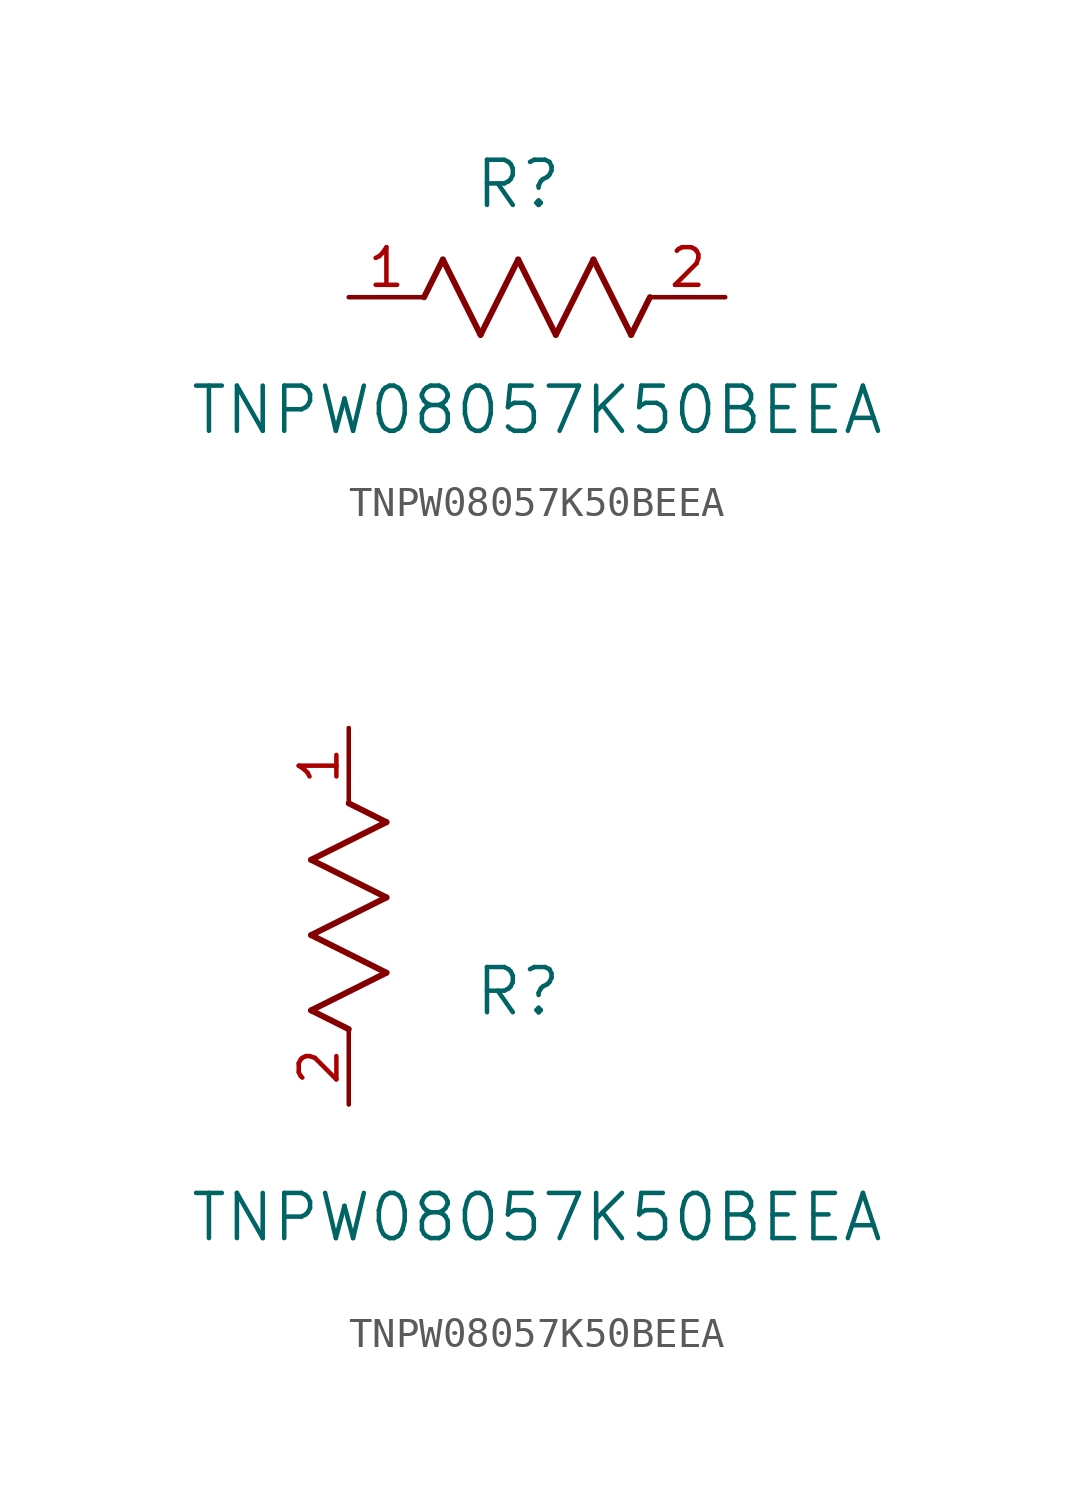
<source format=kicad_sym>
(kicad_symbol_lib
  (version 20211014)
  (generator kicad_symbol_editor)
  (symbol "TNPW08057K50BEEA"
    (pin_names
      (offset 0.254))
    (property "Reference" "R"
      (at 5.715 3.81 0)
      (effects (font (size 1.524 1.524))))
    (property "Value" "TNPW08057K50BEEA"
      (at 6.35 -3.81 0)
      (effects (font (size 1.524 1.524))))
    (symbol "TNPW08057K50BEEA_1_1"
      (polyline (pts (xy 3.175 1.27) (xy 4.445 -1.27)) (stroke (width 0.203) (type default) (color 0 0 0 0)) (fill (type none)))
      (polyline (pts (xy 4.445 -1.27) (xy 5.715 1.27)) (stroke (width 0.203) (type default) (color 0 0 0 0)) (fill (type none)))
      (polyline (pts (xy 5.715 1.27) (xy 6.985 -1.27)) (stroke (width 0.203) (type default) (color 0 0 0 0)) (fill (type none)))
      (polyline (pts (xy 6.985 -1.27) (xy 8.255 1.27)) (stroke (width 0.203) (type default) (color 0 0 0 0)) (fill (type none)))
      (polyline (pts (xy 8.255 1.27) (xy 9.525 -1.27)) (stroke (width 0.203) (type default) (color 0 0 0 0)) (fill (type none)))
      (polyline (pts (xy 2.54 0) (xy 3.175 1.27)) (stroke (width 0.203) (type default) (color 0 0 0 0)) (fill (type none)))
      (polyline (pts (xy 9.525 -1.27) (xy 10.16 0)) (stroke (width 0.203) (type default) (color 0 0 0 0)) (fill (type none)))
      (pin unspecified line (at 0 0 0) (length 2.54) (name "" (effects (font (size 1.27 1.27)))) (number "1" (effects (font (size 1.27 1.27)))))
      (pin unspecified line (at 12.7 0 180) (length 2.54) (name "" (effects (font (size 1.27 1.27)))) (number "2" (effects (font (size 1.27 1.27))))))
    (symbol "TNPW08057K50BEEA_1_2"
      (polyline (pts (xy 0 2.54) (xy -1.27 3.175)) (stroke (width 0.203) (type default) (color 0 0 0 0)) (fill (type none)))
      (polyline (pts (xy -1.27 3.175) (xy 1.27 4.445)) (stroke (width 0.203) (type default) (color 0 0 0 0)) (fill (type none)))
      (polyline (pts (xy 1.27 4.445) (xy -1.27 5.715)) (stroke (width 0.203) (type default) (color 0 0 0 0)) (fill (type none)))
      (polyline (pts (xy -1.27 5.715) (xy 1.27 6.985)) (stroke (width 0.203) (type default) (color 0 0 0 0)) (fill (type none)))
      (polyline (pts (xy -1.27 8.255) (xy 1.27 9.525)) (stroke (width 0.203) (type default) (color 0 0 0 0)) (fill (type none)))
      (polyline (pts (xy 1.27 9.525) (xy 0 10.16)) (stroke (width 0.203) (type default) (color 0 0 0 0)) (fill (type none)))
      (polyline (pts (xy 1.27 6.985) (xy -1.27 8.255)) (stroke (width 0.203) (type default) (color 0 0 0 0)) (fill (type none)))
      (pin unspecified line (at 0 12.7 270) (length 2.54) (name "" (effects (font (size 1.27 1.27)))) (number "1" (effects (font (size 1.27 1.27)))))
      (pin unspecified line (at 0 0 90) (length 2.54) (name "" (effects (font (size 1.27 1.27)))) (number "2" (effects (font (size 1.27 1.27))))))))
</source>
